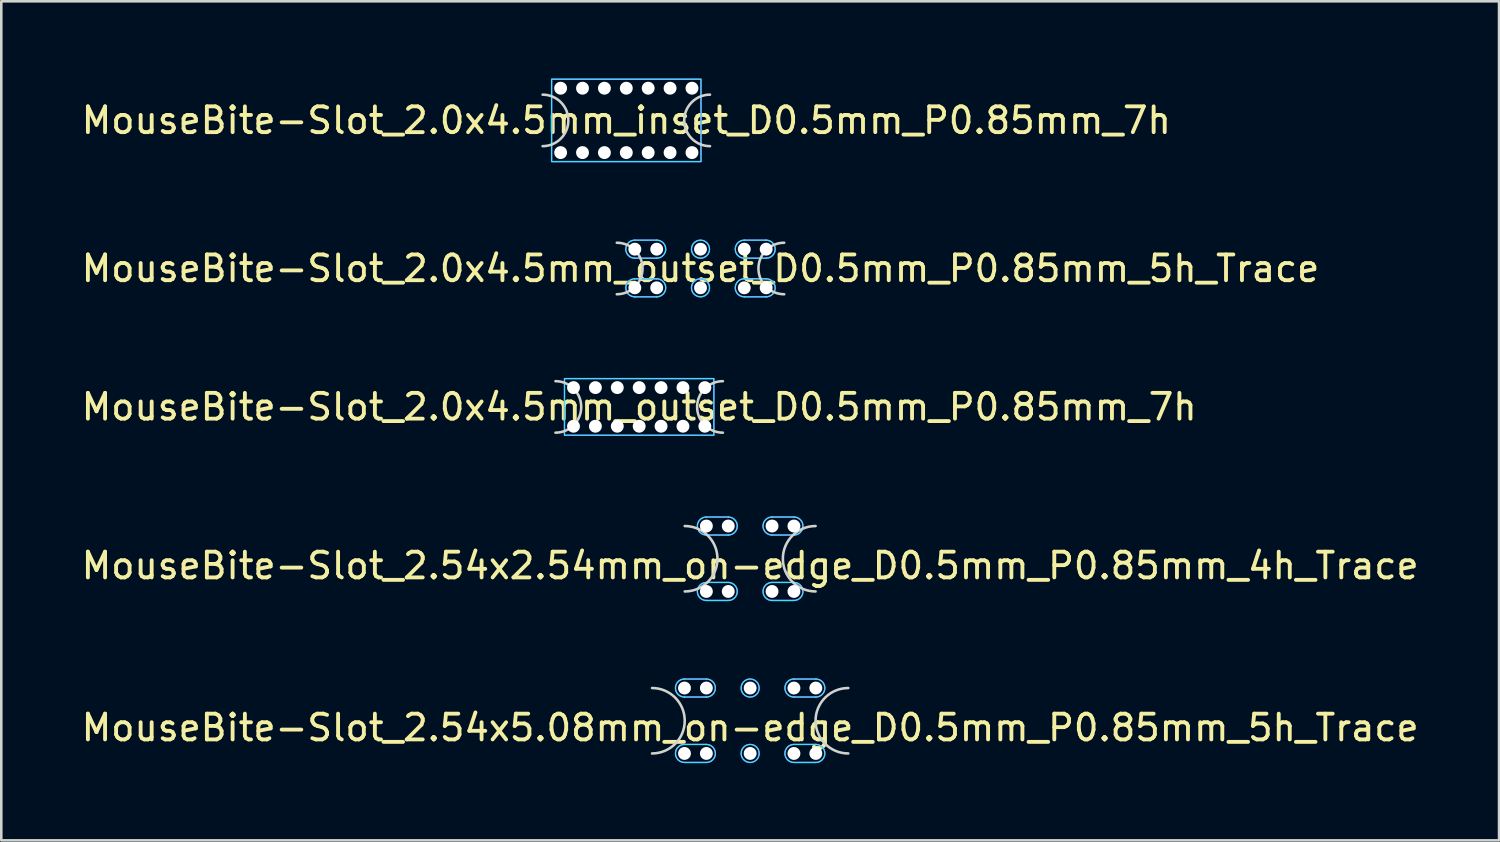
<source format=kicad_pcb>
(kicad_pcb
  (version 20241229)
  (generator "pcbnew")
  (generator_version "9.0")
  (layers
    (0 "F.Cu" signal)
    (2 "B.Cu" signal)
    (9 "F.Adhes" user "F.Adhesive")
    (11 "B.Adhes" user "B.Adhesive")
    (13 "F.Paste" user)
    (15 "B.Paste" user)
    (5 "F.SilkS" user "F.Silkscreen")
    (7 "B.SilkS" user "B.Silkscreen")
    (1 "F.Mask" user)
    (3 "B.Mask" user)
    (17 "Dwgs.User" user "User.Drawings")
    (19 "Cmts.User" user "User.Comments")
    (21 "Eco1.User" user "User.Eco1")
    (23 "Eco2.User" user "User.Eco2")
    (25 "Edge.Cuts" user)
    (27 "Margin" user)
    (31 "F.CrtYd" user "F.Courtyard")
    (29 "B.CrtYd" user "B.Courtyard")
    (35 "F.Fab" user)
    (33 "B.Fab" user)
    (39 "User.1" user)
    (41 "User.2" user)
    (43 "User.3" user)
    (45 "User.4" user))
  (footprint "MouseBite-Slot_2.0x4.5mm_outset_D0.5mm_P0.85mm_5h_Trace"
    (layer "F.Cu")
    (at 24.149 8.375)
    (property "Reference" "MouseBite-Slot_2.0x4.5mm_outset_D0.5mm_P0.85mm_5h_Trace" (at 0 -1 0) (layer "F.SilkS") (effects (font (size 1 1) (thickness 0.15))))
    (attr board_only exclude_from_pos_files exclude_from_bom dnp)
    (fp_arc (start -3.25 -2) (mid -2.25 -1) (end -3.25 0) (stroke (width 0.1) (type solid)) (layer "Edge.Cuts"))
    (fp_arc (start 3.25 0) (mid 2.25 -1) (end 3.25 -2) (stroke (width 0.1) (type solid)) (layer "Edge.Cuts"))
    (fp_line (start -2.55 -1.4) (end -1.7 -1.4) (stroke (width 0.05) (type solid)) (layer "B.CrtYd"))
    (fp_line (start -2.55 0.1) (end -1.7 0.1) (stroke (width 0.05) (type solid)) (layer "B.CrtYd"))
    (fp_line (start -1.7 -2.1) (end -2.55 -2.1) (stroke (width 0.05) (type solid)) (layer "B.CrtYd"))
    (fp_line (start -1.7 -0.6) (end -2.55 -0.6) (stroke (width 0.05) (type solid)) (layer "B.CrtYd"))
    (fp_line (start 1.7 -1.4) (end 2.55 -1.4) (stroke (width 0.05) (type solid)) (layer "B.CrtYd"))
    (fp_line (start 1.7 0.1) (end 2.55 0.1) (stroke (width 0.05) (type solid)) (layer "B.CrtYd"))
    (fp_line (start 2.55 -2.1) (end 1.7 -2.1) (stroke (width 0.05) (type solid)) (layer "B.CrtYd"))
    (fp_line (start 2.55 -0.6) (end 1.7 -0.6) (stroke (width 0.05) (type solid)) (layer "B.CrtYd"))
    (fp_arc (start -2.55 -1.4) (mid -2.9 -1.75) (end -2.55 -2.1) (stroke (width 0.05) (type solid)) (layer "B.CrtYd"))
    (fp_arc (start -2.55 0.1) (mid -2.9 -0.25) (end -2.55 -0.6) (stroke (width 0.05) (type solid)) (layer "B.CrtYd"))
    (fp_arc (start -1.7 -2.1) (mid -1.35 -1.75) (end -1.7 -1.4) (stroke (width 0.05) (type solid)) (layer "B.CrtYd"))
    (fp_arc (start -1.7 -0.6) (mid -1.35 -0.25) (end -1.7 0.1) (stroke (width 0.05) (type solid)) (layer "B.CrtYd"))
    (fp_arc (start 1.7 -1.4) (mid 1.35 -1.75) (end 1.7 -2.1) (stroke (width 0.05) (type solid)) (layer "B.CrtYd"))
    (fp_arc (start 1.7 0.1) (mid 1.35 -0.25) (end 1.7 -0.6) (stroke (width 0.05) (type solid)) (layer "B.CrtYd"))
    (fp_arc (start 2.55 -2.1) (mid 2.9 -1.75) (end 2.55 -1.4) (stroke (width 0.05) (type solid)) (layer "B.CrtYd"))
    (fp_arc (start 2.55 -0.6) (mid 2.9 -0.25) (end 2.55 0.1) (stroke (width 0.05) (type solid)) (layer "B.CrtYd"))
    (fp_circle (center 0 -1.75) (end 0.35 -1.75) (stroke (width 0.05) (type solid)) (fill no) (layer "B.CrtYd"))
    (fp_circle (center 0 -0.25) (end 0.35 -0.25) (stroke (width 0.05) (type solid)) (fill no) (layer "B.CrtYd"))
    (fp_line (start -2.55 -1.4) (end -1.7 -1.4) (stroke (width 0.05) (type solid)) (layer "F.CrtYd"))
    (fp_line (start -2.55 0.1) (end -1.7 0.1) (stroke (width 0.05) (type solid)) (layer "F.CrtYd"))
    (fp_line (start -1.7 -2.1) (end -2.55 -2.1) (stroke (width 0.05) (type solid)) (layer "F.CrtYd"))
    (fp_line (start -1.7 -0.6) (end -2.55 -0.6) (stroke (width 0.05) (type solid)) (layer "F.CrtYd"))
    (fp_line (start 1.7 -1.4) (end 2.55 -1.4) (stroke (width 0.05) (type solid)) (layer "F.CrtYd"))
    (fp_line (start 1.7 0.1) (end 2.55 0.1) (stroke (width 0.05) (type solid)) (layer "F.CrtYd"))
    (fp_line (start 2.55 -2.1) (end 1.7 -2.1) (stroke (width 0.05) (type solid)) (layer "F.CrtYd"))
    (fp_line (start 2.55 -0.6) (end 1.7 -0.6) (stroke (width 0.05) (type solid)) (layer "F.CrtYd"))
    (fp_arc (start -2.55 -1.4) (mid -2.9 -1.75) (end -2.55 -2.1) (stroke (width 0.05) (type solid)) (layer "F.CrtYd"))
    (fp_arc (start -2.55 0.1) (mid -2.9 -0.25) (end -2.55 -0.6) (stroke (width 0.05) (type solid)) (layer "F.CrtYd"))
    (fp_arc (start -1.7 -2.1) (mid -1.35 -1.75) (end -1.7 -1.4) (stroke (width 0.05) (type solid)) (layer "F.CrtYd"))
    (fp_arc (start -1.7 -0.6) (mid -1.35 -0.25) (end -1.7 0.1) (stroke (width 0.05) (type solid)) (layer "F.CrtYd"))
    (fp_arc (start 1.7 -1.4) (mid 1.35 -1.75) (end 1.7 -2.1) (stroke (width 0.05) (type solid)) (layer "F.CrtYd"))
    (fp_arc (start 1.7 0.1) (mid 1.35 -0.25) (end 1.7 -0.6) (stroke (width 0.05) (type solid)) (layer "F.CrtYd"))
    (fp_arc (start 2.55 -2.1) (mid 2.9 -1.75) (end 2.55 -1.4) (stroke (width 0.05) (type solid)) (layer "F.CrtYd"))
    (fp_arc (start 2.55 -0.6) (mid 2.9 -0.25) (end 2.55 0.1) (stroke (width 0.05) (type solid)) (layer "F.CrtYd"))
    (fp_circle (center 0 -1.75) (end 0.35 -1.75) (stroke (width 0.05) (type solid)) (fill no) (layer "F.CrtYd"))
    (fp_circle (center 0 -0.25) (end 0.35 -0.25) (stroke (width 0.05) (type solid)) (fill no) (layer "F.CrtYd"))
    (pad "" np_thru_hole circle (at -2.55 -1.75 180) (size 0.5 0.5) (drill 0.5) (layers "*.Cu" "*.Mask"))
    (pad "" np_thru_hole circle (at -2.55 -0.25 180) (size 0.5 0.5) (drill 0.5) (layers "*.Cu" "*.Mask"))
    (pad "" np_thru_hole circle (at -1.7 -1.75 180) (size 0.5 0.5) (drill 0.5) (layers "*.Cu" "*.Mask"))
    (pad "" np_thru_hole circle (at -1.7 -0.25 180) (size 0.5 0.5) (drill 0.5) (layers "*.Cu" "*.Mask"))
    (pad "" np_thru_hole circle (at 0 -1.75 180) (size 0.5 0.5) (drill 0.5) (layers "*.Cu" "*.Mask"))
    (pad "" np_thru_hole circle (at 0 -0.25 180) (size 0.5 0.5) (drill 0.5) (layers "*.Cu" "*.Mask"))
    (pad "" np_thru_hole circle (at 1.7 -1.75 180) (size 0.5 0.5) (drill 0.5) (layers "*.Cu" "*.Mask"))
    (pad "" np_thru_hole circle (at 1.7 -0.25 180) (size 0.5 0.5) (drill 0.5) (layers "*.Cu" "*.Mask"))
    (pad "" np_thru_hole circle (at 2.55 -1.75 180) (size 0.5 0.5) (drill 0.5) (layers "*.Cu" "*.Mask"))
    (pad "" np_thru_hole circle (at 2.55 -0.25 180) (size 0.5 0.5) (drill 0.5) (layers "*.Cu" "*.Mask")))
  (footprint "MouseBite-Slot_2.54x5.08mm_on-edge_D0.5mm_P0.85mm_5h_Trace"
    (layer "F.Cu")
    (at 26.077 26.205)
    (property "Reference" "MouseBite-Slot_2.54x5.08mm_on-edge_D0.5mm_P0.85mm_5h_Trace" (at 0 -1 0) (layer "F.SilkS") (effects (font (size 1 1) (thickness 0.15))))
    (attr board_only exclude_from_pos_files exclude_from_bom dnp)
    (fp_arc (start -3.81 -2.54) (mid -2.54 -1.27) (end -3.81 0) (stroke (width 0.1) (type solid)) (layer "Edge.Cuts"))
    (fp_arc (start 3.81 0) (mid 2.54 -1.27) (end 3.81 -2.54) (stroke (width 0.1) (type solid)) (layer "Edge.Cuts"))
    (fp_line (start -2.55 -2.19) (end -1.7 -2.19) (stroke (width 0.05) (type solid)) (layer "B.CrtYd"))
    (fp_line (start -2.55 0.35) (end -1.7 0.35) (stroke (width 0.05) (type solid)) (layer "B.CrtYd"))
    (fp_line (start -1.7 -2.89) (end -2.55 -2.89) (stroke (width 0.05) (type solid)) (layer "B.CrtYd"))
    (fp_line (start -1.7 -0.35) (end -2.55 -0.35) (stroke (width 0.05) (type solid)) (layer "B.CrtYd"))
    (fp_line (start 1.7 -2.19) (end 2.55 -2.19) (stroke (width 0.05) (type solid)) (layer "B.CrtYd"))
    (fp_line (start 1.7 0.35) (end 2.55 0.35) (stroke (width 0.05) (type solid)) (layer "B.CrtYd"))
    (fp_line (start 2.55 -2.89) (end 1.7 -2.89) (stroke (width 0.05) (type solid)) (layer "B.CrtYd"))
    (fp_line (start 2.55 -0.35) (end 1.7 -0.35) (stroke (width 0.05) (type solid)) (layer "B.CrtYd"))
    (fp_arc (start -2.55 -2.19) (mid -2.9 -2.54) (end -2.55 -2.89) (stroke (width 0.05) (type solid)) (layer "B.CrtYd"))
    (fp_arc (start -2.55 0.35) (mid -2.9 0) (end -2.55 -0.35) (stroke (width 0.05) (type solid)) (layer "B.CrtYd"))
    (fp_arc (start -1.7 -2.89) (mid -1.35 -2.54) (end -1.7 -2.19) (stroke (width 0.05) (type solid)) (layer "B.CrtYd"))
    (fp_arc (start -1.7 -0.35) (mid -1.35 0) (end -1.7 0.35) (stroke (width 0.05) (type solid)) (layer "B.CrtYd"))
    (fp_arc (start 1.7 -2.19) (mid 1.35 -2.54) (end 1.7 -2.89) (stroke (width 0.05) (type solid)) (layer "B.CrtYd"))
    (fp_arc (start 1.7 0.35) (mid 1.35 0) (end 1.7 -0.35) (stroke (width 0.05) (type solid)) (layer "B.CrtYd"))
    (fp_arc (start 2.55 -2.89) (mid 2.9 -2.54) (end 2.55 -2.19) (stroke (width 0.05) (type solid)) (layer "B.CrtYd"))
    (fp_arc (start 2.55 -0.35) (mid 2.9 0) (end 2.55 0.35) (stroke (width 0.05) (type solid)) (layer "B.CrtYd"))
    (fp_circle (center 0 -2.54) (end -0.35 -2.54) (stroke (width 0.05) (type solid)) (fill no) (layer "B.CrtYd"))
    (fp_circle (center 0 0) (end 0.35 0) (stroke (width 0.05) (type solid)) (fill no) (layer "B.CrtYd"))
    (fp_line (start -2.55 -2.19) (end -1.7 -2.19) (stroke (width 0.05) (type solid)) (layer "F.CrtYd"))
    (fp_line (start -2.55 0.35) (end -1.7 0.35) (stroke (width 0.05) (type solid)) (layer "F.CrtYd"))
    (fp_line (start -1.7 -2.89) (end -2.55 -2.89) (stroke (width 0.05) (type solid)) (layer "F.CrtYd"))
    (fp_line (start -1.7 -0.35) (end -2.55 -0.35) (stroke (width 0.05) (type solid)) (layer "F.CrtYd"))
    (fp_line (start 1.7 -2.19) (end 2.55 -2.19) (stroke (width 0.05) (type solid)) (layer "F.CrtYd"))
    (fp_line (start 1.7 0.35) (end 2.55 0.35) (stroke (width 0.05) (type solid)) (layer "F.CrtYd"))
    (fp_line (start 2.55 -2.89) (end 1.7 -2.89) (stroke (width 0.05) (type solid)) (layer "F.CrtYd"))
    (fp_line (start 2.55 -0.35) (end 1.7 -0.35) (stroke (width 0.05) (type solid)) (layer "F.CrtYd"))
    (fp_arc (start -2.55 -2.19) (mid -2.9 -2.54) (end -2.55 -2.89) (stroke (width 0.05) (type solid)) (layer "F.CrtYd"))
    (fp_arc (start -2.55 0.35) (mid -2.9 0) (end -2.55 -0.35) (stroke (width 0.05) (type solid)) (layer "F.CrtYd"))
    (fp_arc (start -1.7 -2.89) (mid -1.35 -2.54) (end -1.7 -2.19) (stroke (width 0.05) (type solid)) (layer "F.CrtYd"))
    (fp_arc (start -1.7 -0.35) (mid -1.35 0) (end -1.7 0.35) (stroke (width 0.05) (type solid)) (layer "F.CrtYd"))
    (fp_arc (start 1.7 -2.19) (mid 1.35 -2.54) (end 1.7 -2.89) (stroke (width 0.05) (type solid)) (layer "F.CrtYd"))
    (fp_arc (start 1.7 0.35) (mid 1.35 0) (end 1.7 -0.35) (stroke (width 0.05) (type solid)) (layer "F.CrtYd"))
    (fp_arc (start 2.55 -2.89) (mid 2.9 -2.54) (end 2.55 -2.19) (stroke (width 0.05) (type solid)) (layer "F.CrtYd"))
    (fp_arc (start 2.55 -0.35) (mid 2.9 0) (end 2.55 0.35) (stroke (width 0.05) (type solid)) (layer "F.CrtYd"))
    (fp_circle (center 0 -2.54) (end -0.35 -2.54) (stroke (width 0.05) (type solid)) (fill no) (layer "F.CrtYd"))
    (fp_circle (center 0 0) (end 0.35 0) (stroke (width 0.05) (type solid)) (fill no) (layer "F.CrtYd"))
    (pad "" np_thru_hole circle (at -2.55 -2.54) (size 0.5 0.5) (drill 0.5) (layers "*.Cu" "*.Mask"))
    (pad "" np_thru_hole circle (at -2.55 0 180) (size 0.5 0.5) (drill 0.5) (layers "*.Cu" "*.Mask"))
    (pad "" np_thru_hole circle (at -1.7 -2.54) (size 0.5 0.5) (drill 0.5) (layers "*.Cu" "*.Mask"))
    (pad "" np_thru_hole circle (at -1.7 0 180) (size 0.5 0.5) (drill 0.5) (layers "*.Cu" "*.Mask"))
    (pad "" np_thru_hole circle (at 0 -2.54) (size 0.5 0.5) (drill 0.5) (layers "*.Cu" "*.Mask"))
    (pad "" np_thru_hole circle (at 0 0 180) (size 0.5 0.5) (drill 0.5) (layers "*.Cu" "*.Mask"))
    (pad "" np_thru_hole circle (at 1.7 -2.54) (size 0.5 0.5) (drill 0.5) (layers "*.Cu" "*.Mask"))
    (pad "" np_thru_hole circle (at 1.7 0 180) (size 0.5 0.5) (drill 0.5) (layers "*.Cu" "*.Mask"))
    (pad "" np_thru_hole circle (at 2.55 -2.54) (size 0.5 0.5) (drill 0.5) (layers "*.Cu" "*.Mask"))
    (pad "" np_thru_hole circle (at 2.55 0 180) (size 0.5 0.5) (drill 0.5) (layers "*.Cu" "*.Mask")))
  (footprint "MouseBite-Slot_2.0x4.5mm_inset_D0.5mm_P0.85mm_7h"
    (layer "F.Cu")
    (at 21.268 2.625)
    (property "Reference" "MouseBite-Slot_2.0x4.5mm_inset_D0.5mm_P0.85mm_7h" (at 0 -1 0) (layer "F.SilkS") (effects (font (size 1 1) (thickness 0.15))))
    (attr board_only exclude_from_pos_files exclude_from_bom dnp)
    (fp_arc (start -3.25 -2) (mid -2.25 -1) (end -3.25 0) (stroke (width 0.1) (type solid)) (layer "Edge.Cuts"))
    (fp_arc (start 3.25 0) (mid 2.25 -1) (end 3.25 -2) (stroke (width 0.1) (type solid)) (layer "Edge.Cuts"))
    (fp_rect (start -2.9 -2.6) (end 2.9 0.6) (stroke (width 0.05) (type solid)) (fill no) (layer "B.CrtYd"))
    (fp_rect (start -2.9 -2.6) (end 2.9 0.6) (stroke (width 0.05) (type solid)) (fill no) (layer "F.CrtYd"))
    (pad "" np_thru_hole circle (at -2.55 -2.25) (size 0.5 0.5) (drill 0.5) (layers "*.Cu" "*.Mask"))
    (pad "" np_thru_hole circle (at -2.55 0.25 180) (size 0.5 0.5) (drill 0.5) (layers "*.Cu" "*.Mask"))
    (pad "" np_thru_hole circle (at -1.7 -2.25) (size 0.5 0.5) (drill 0.5) (layers "*.Cu" "*.Mask"))
    (pad "" np_thru_hole circle (at -1.7 0.25 180) (size 0.5 0.5) (drill 0.5) (layers "*.Cu" "*.Mask"))
    (pad "" np_thru_hole circle (at -0.85 -2.25) (size 0.5 0.5) (drill 0.5) (layers "*.Cu" "*.Mask"))
    (pad "" np_thru_hole circle (at -0.85 0.25 180) (size 0.5 0.5) (drill 0.5) (layers "*.Cu" "*.Mask"))
    (pad "" np_thru_hole circle (at 0 -2.25) (size 0.5 0.5) (drill 0.5) (layers "*.Cu" "*.Mask"))
    (pad "" np_thru_hole circle (at 0 0.25 180) (size 0.5 0.5) (drill 0.5) (layers "*.Cu" "*.Mask"))
    (pad "" np_thru_hole circle (at 0.85 -2.25) (size 0.5 0.5) (drill 0.5) (layers "*.Cu" "*.Mask"))
    (pad "" np_thru_hole circle (at 0.85 0.25 180) (size 0.5 0.5) (drill 0.5) (layers "*.Cu" "*.Mask"))
    (pad "" np_thru_hole circle (at 1.7 -2.25) (size 0.5 0.5) (drill 0.5) (layers "*.Cu" "*.Mask"))
    (pad "" np_thru_hole circle (at 1.7 0.25 180) (size 0.5 0.5) (drill 0.5) (layers "*.Cu" "*.Mask"))
    (pad "" np_thru_hole circle (at 2.55 -2.25) (size 0.5 0.5) (drill 0.5) (layers "*.Cu" "*.Mask"))
    (pad "" np_thru_hole circle (at 2.55 0.25 180) (size 0.5 0.5) (drill 0.5) (layers "*.Cu" "*.Mask")))
  (footprint "MouseBite-Slot_2.0x4.5mm_outset_D0.5mm_P0.85mm_7h"
    (layer "F.Cu")
    (at 21.768 13.75)
    (property "Reference" "MouseBite-Slot_2.0x4.5mm_outset_D0.5mm_P0.85mm_7h" (at 0 -1 0) (layer "F.SilkS") (effects (font (size 1 1) (thickness 0.15))))
    (attr board_only exclude_from_pos_files exclude_from_bom dnp)
    (fp_arc (start -3.25 -2) (mid -2.25 -1) (end -3.25 0) (stroke (width 0.1) (type solid)) (layer "Edge.Cuts"))
    (fp_arc (start 3.25 0) (mid 2.25 -1) (end 3.25 -2) (stroke (width 0.1) (type solid)) (layer "Edge.Cuts"))
    (fp_rect (start -2.9 -2.1) (end 2.9 0.1) (stroke (width 0.05) (type solid)) (fill no) (layer "B.CrtYd"))
    (fp_rect (start -2.9 -2.1) (end 2.9 0.1) (stroke (width 0.05) (type solid)) (fill no) (layer "F.CrtYd"))
    (pad "" np_thru_hole circle (at -2.55 -1.75 180) (size 0.5 0.5) (drill 0.5) (layers "*.Cu" "*.Mask"))
    (pad "" np_thru_hole circle (at -2.55 -0.25 180) (size 0.5 0.5) (drill 0.5) (layers "*.Cu" "*.Mask"))
    (pad "" np_thru_hole circle (at -1.7 -1.75 180) (size 0.5 0.5) (drill 0.5) (layers "*.Cu" "*.Mask"))
    (pad "" np_thru_hole circle (at -1.7 -0.25 180) (size 0.5 0.5) (drill 0.5) (layers "*.Cu" "*.Mask"))
    (pad "" np_thru_hole circle (at -0.85 -1.75 180) (size 0.5 0.5) (drill 0.5) (layers "*.Cu" "*.Mask"))
    (pad "" np_thru_hole circle (at -0.85 -0.25 180) (size 0.5 0.5) (drill 0.5) (layers "*.Cu" "*.Mask"))
    (pad "" np_thru_hole circle (at 0 -1.75 180) (size 0.5 0.5) (drill 0.5) (layers "*.Cu" "*.Mask"))
    (pad "" np_thru_hole circle (at 0 -0.25 180) (size 0.5 0.5) (drill 0.5) (layers "*.Cu" "*.Mask"))
    (pad "" np_thru_hole circle (at 0.85 -1.75 180) (size 0.5 0.5) (drill 0.5) (layers "*.Cu" "*.Mask"))
    (pad "" np_thru_hole circle (at 0.85 -0.25 180) (size 0.5 0.5) (drill 0.5) (layers "*.Cu" "*.Mask"))
    (pad "" np_thru_hole circle (at 1.7 -1.75 180) (size 0.5 0.5) (drill 0.5) (layers "*.Cu" "*.Mask"))
    (pad "" np_thru_hole circle (at 1.7 -0.25 180) (size 0.5 0.5) (drill 0.5) (layers "*.Cu" "*.Mask"))
    (pad "" np_thru_hole circle (at 2.55 -1.75 180) (size 0.5 0.5) (drill 0.5) (layers "*.Cu" "*.Mask"))
    (pad "" np_thru_hole circle (at 2.55 -0.25 180) (size 0.5 0.5) (drill 0.5) (layers "*.Cu" "*.Mask")))
  (footprint "MouseBite-Slot_2.54x2.54mm_on-edge_D0.5mm_P0.85mm_4h_Trace"
    (layer "F.Cu")
    (at 26.077 19.915)
    (property "Reference" "MouseBite-Slot_2.54x2.54mm_on-edge_D0.5mm_P0.85mm_4h_Trace" (at 0 -1 0) (layer "F.SilkS") (effects (font (size 1 1) (thickness 0.15))))
    (attr board_only exclude_from_pos_files exclude_from_bom dnp)
    (fp_arc (start -2.54 -2.54) (mid -1.27 -1.27) (end -2.54 0) (stroke (width 0.1) (type solid)) (layer "Edge.Cuts"))
    (fp_arc (start 2.54 0) (mid 1.27 -1.27) (end 2.54 -2.54) (stroke (width 0.1) (type solid)) (layer "Edge.Cuts"))
    (fp_line (start -1.7 -2.19) (end -0.85 -2.19) (stroke (width 0.05) (type solid)) (layer "B.CrtYd"))
    (fp_line (start -1.7 0.35) (end -0.85 0.35) (stroke (width 0.05) (type solid)) (layer "B.CrtYd"))
    (fp_line (start -0.85 -2.89) (end -1.7 -2.89) (stroke (width 0.05) (type solid)) (layer "B.CrtYd"))
    (fp_line (start -0.85 -0.35) (end -1.7 -0.35) (stroke (width 0.05) (type solid)) (layer "B.CrtYd"))
    (fp_line (start 0.85 -2.19) (end 1.7 -2.19) (stroke (width 0.05) (type solid)) (layer "B.CrtYd"))
    (fp_line (start 0.85 0.35) (end 1.7 0.35) (stroke (width 0.05) (type solid)) (layer "B.CrtYd"))
    (fp_line (start 1.7 -2.89) (end 0.85 -2.89) (stroke (width 0.05) (type solid)) (layer "B.CrtYd"))
    (fp_line (start 1.7 -0.35) (end 0.85 -0.35) (stroke (width 0.05) (type solid)) (layer "B.CrtYd"))
    (fp_arc (start -1.7 -2.19) (mid -2.05 -2.54) (end -1.7 -2.89) (stroke (width 0.05) (type solid)) (layer "B.CrtYd"))
    (fp_arc (start -1.7 0.35) (mid -2.05 0) (end -1.7 -0.35) (stroke (width 0.05) (type solid)) (layer "B.CrtYd"))
    (fp_arc (start -0.85 -2.89) (mid -0.5 -2.54) (end -0.85 -2.19) (stroke (width 0.05) (type solid)) (layer "B.CrtYd"))
    (fp_arc (start -0.85 -0.35) (mid -0.5 0) (end -0.85 0.35) (stroke (width 0.05) (type solid)) (layer "B.CrtYd"))
    (fp_arc (start 0.85 -2.19) (mid 0.5 -2.54) (end 0.85 -2.89) (stroke (width 0.05) (type solid)) (layer "B.CrtYd"))
    (fp_arc (start 0.85 0.35) (mid 0.5 0) (end 0.85 -0.35) (stroke (width 0.05) (type solid)) (layer "B.CrtYd"))
    (fp_arc (start 1.7 -2.89) (mid 2.05 -2.54) (end 1.7 -2.19) (stroke (width 0.05) (type solid)) (layer "B.CrtYd"))
    (fp_arc (start 1.7 -0.35) (mid 2.05 0) (end 1.7 0.35) (stroke (width 0.05) (type solid)) (layer "B.CrtYd"))
    (fp_line (start -1.7 -2.19) (end -0.85 -2.19) (stroke (width 0.05) (type solid)) (layer "F.CrtYd"))
    (fp_line (start -1.7 0.35) (end -0.85 0.35) (stroke (width 0.05) (type solid)) (layer "F.CrtYd"))
    (fp_line (start -0.85 -2.89) (end -1.7 -2.89) (stroke (width 0.05) (type solid)) (layer "F.CrtYd"))
    (fp_line (start -0.85 -0.35) (end -1.7 -0.35) (stroke (width 0.05) (type solid)) (layer "F.CrtYd"))
    (fp_line (start 0.85 -2.19) (end 1.7 -2.19) (stroke (width 0.05) (type solid)) (layer "F.CrtYd"))
    (fp_line (start 0.85 0.35) (end 1.7 0.35) (stroke (width 0.05) (type solid)) (layer "F.CrtYd"))
    (fp_line (start 1.7 -2.89) (end 0.85 -2.89) (stroke (width 0.05) (type solid)) (layer "F.CrtYd"))
    (fp_line (start 1.7 -0.35) (end 0.85 -0.35) (stroke (width 0.05) (type solid)) (layer "F.CrtYd"))
    (fp_arc (start -1.7 -2.19) (mid -2.05 -2.54) (end -1.7 -2.89) (stroke (width 0.05) (type solid)) (layer "F.CrtYd"))
    (fp_arc (start -1.7 0.35) (mid -2.05 0) (end -1.7 -0.35) (stroke (width 0.05) (type solid)) (layer "F.CrtYd"))
    (fp_arc (start -0.85 -2.89) (mid -0.5 -2.54) (end -0.85 -2.19) (stroke (width 0.05) (type solid)) (layer "F.CrtYd"))
    (fp_arc (start -0.85 -0.35) (mid -0.5 0) (end -0.85 0.35) (stroke (width 0.05) (type solid)) (layer "F.CrtYd"))
    (fp_arc (start 0.85 -2.19) (mid 0.5 -2.54) (end 0.85 -2.89) (stroke (width 0.05) (type solid)) (layer "F.CrtYd"))
    (fp_arc (start 0.85 0.35) (mid 0.5 0) (end 0.85 -0.35) (stroke (width 0.05) (type solid)) (layer "F.CrtYd"))
    (fp_arc (start 1.7 -2.89) (mid 2.05 -2.54) (end 1.7 -2.19) (stroke (width 0.05) (type solid)) (layer "F.CrtYd"))
    (fp_arc (start 1.7 -0.35) (mid 2.05 0) (end 1.7 0.35) (stroke (width 0.05) (type solid)) (layer "F.CrtYd"))
    (pad "" np_thru_hole circle (at -1.7 -2.54) (size 0.5 0.5) (drill 0.5) (layers "*.Cu" "*.Mask"))
    (pad "" np_thru_hole circle (at -1.7 0 180) (size 0.5 0.5) (drill 0.5) (layers "*.Cu" "*.Mask"))
    (pad "" np_thru_hole circle (at -0.85 -2.54) (size 0.5 0.5) (drill 0.5) (layers "*.Cu" "*.Mask"))
    (pad "" np_thru_hole circle (at -0.85 0 180) (size 0.5 0.5) (drill 0.5) (layers "*.Cu" "*.Mask"))
    (pad "" np_thru_hole circle (at 0.85 -2.54) (size 0.5 0.5) (drill 0.5) (layers "*.Cu" "*.Mask"))
    (pad "" np_thru_hole circle (at 0.85 0 180) (size 0.5 0.5) (drill 0.5) (layers "*.Cu" "*.Mask"))
    (pad "" np_thru_hole circle (at 1.7 -2.54) (size 0.5 0.5) (drill 0.5) (layers "*.Cu" "*.Mask"))
    (pad "" np_thru_hole circle (at 1.7 0 180) (size 0.5 0.5) (drill 0.5) (layers "*.Cu" "*.Mask")))
  (gr_rect
    (start -3 -3)
    (end 55.155 29.58)
    (stroke (width 0.1) (type default))
    (fill no)
    (layer "Edge.Cuts")))
</source>
